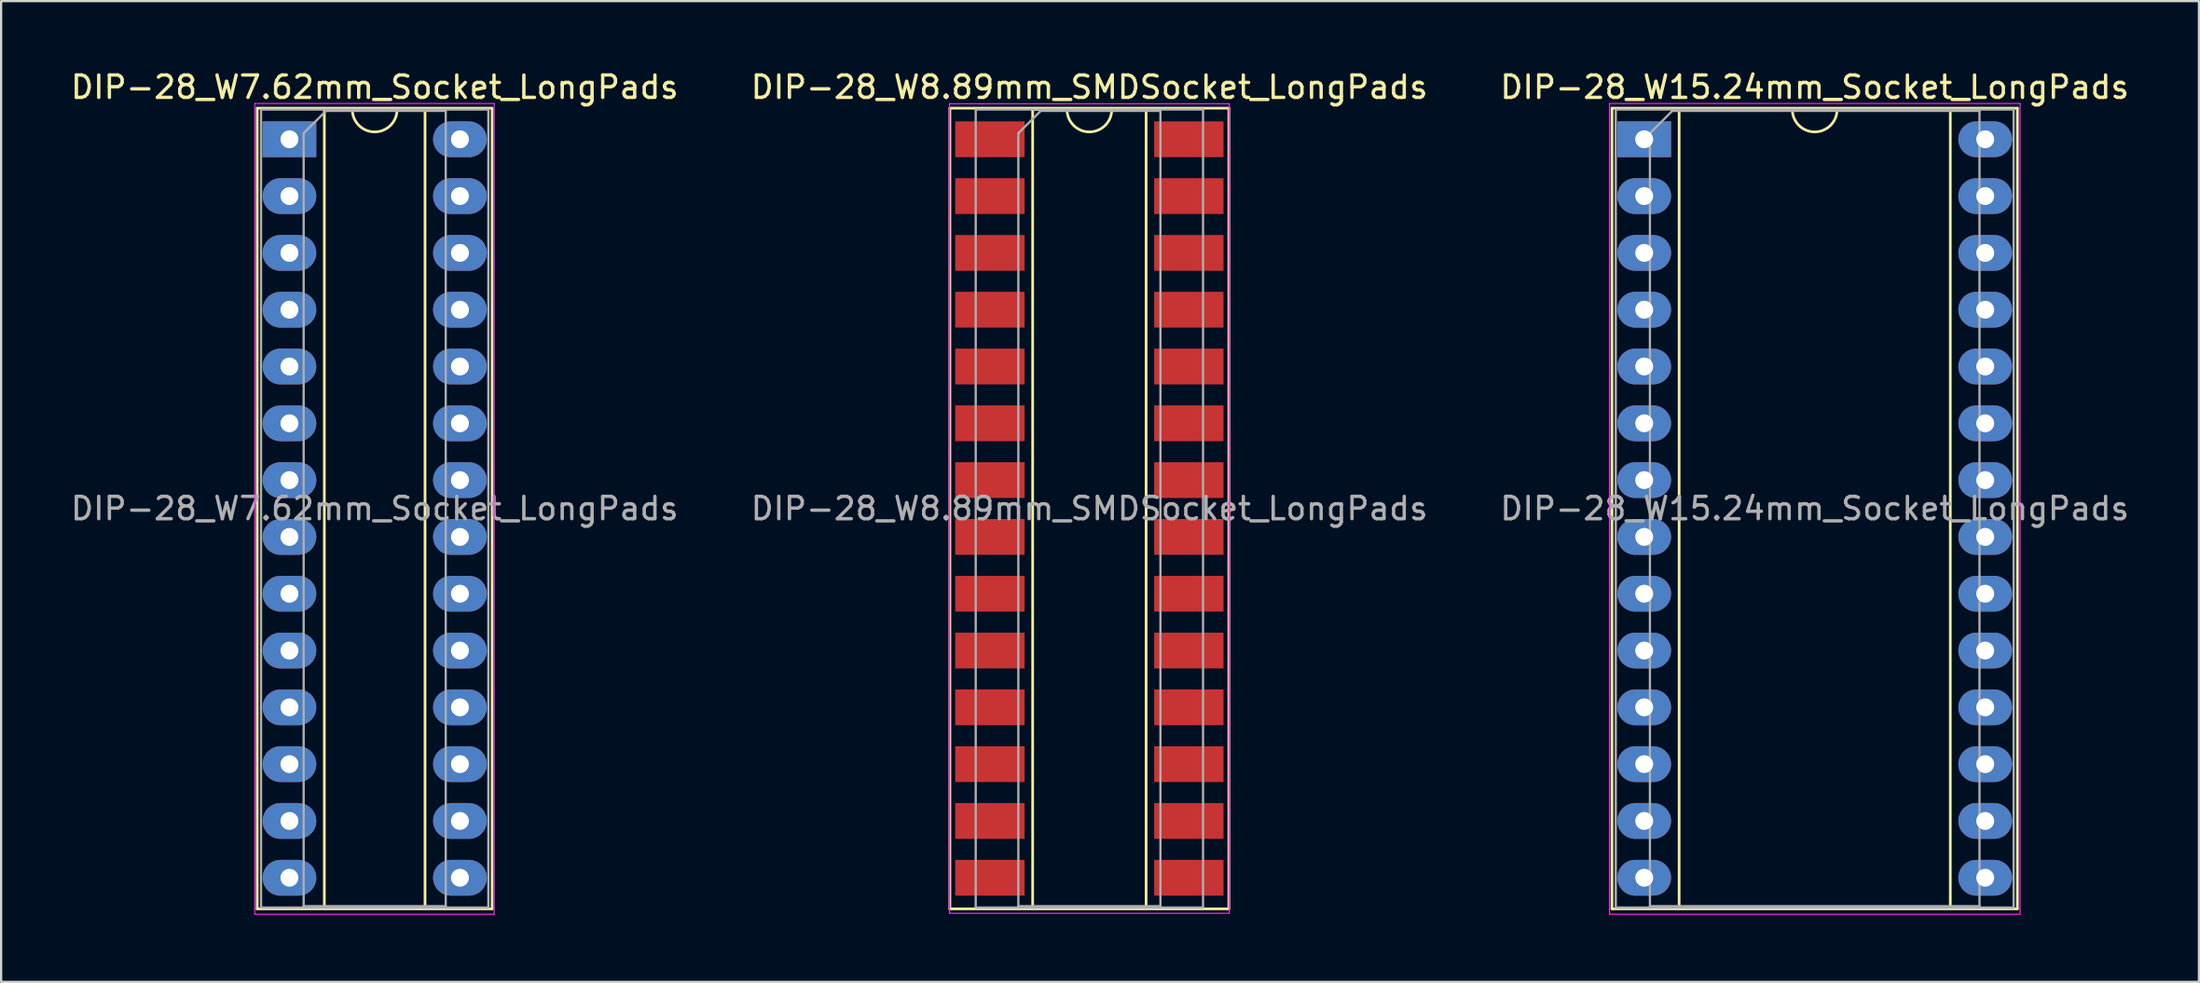
<source format=kicad_pcb>
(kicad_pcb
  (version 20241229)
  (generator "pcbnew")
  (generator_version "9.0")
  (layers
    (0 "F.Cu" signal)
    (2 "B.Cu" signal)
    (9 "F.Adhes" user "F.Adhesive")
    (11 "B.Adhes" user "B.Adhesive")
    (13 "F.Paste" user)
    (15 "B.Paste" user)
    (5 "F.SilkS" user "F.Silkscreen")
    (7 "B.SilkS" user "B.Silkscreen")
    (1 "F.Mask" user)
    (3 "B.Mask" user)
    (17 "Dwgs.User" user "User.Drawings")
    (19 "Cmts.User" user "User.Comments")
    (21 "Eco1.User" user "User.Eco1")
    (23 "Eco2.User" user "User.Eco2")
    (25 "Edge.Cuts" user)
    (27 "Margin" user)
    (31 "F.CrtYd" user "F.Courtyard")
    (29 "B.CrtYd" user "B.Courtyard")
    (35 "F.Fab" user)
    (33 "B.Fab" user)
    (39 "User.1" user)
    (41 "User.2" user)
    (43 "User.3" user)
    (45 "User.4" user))
  (footprint "DIP-28_W15.24mm_Socket_LongPads"
    (layer "F.Cu")
    (at 70.434 3.178)
    (property "Reference" "DIP-28_W15.24mm_Socket_LongPads" (at 7.62 -2.33 0) (layer "F.SilkS") (effects (font (size 1 1) (thickness 0.15))))
    (attr through_hole)
    (fp_line (start -1.44 -1.39) (end -1.44 34.41) (stroke (width 0.12) (type solid)) (layer "F.SilkS"))
    (fp_line (start -1.44 34.41) (end 16.68 34.41) (stroke (width 0.12) (type solid)) (layer "F.SilkS"))
    (fp_line (start 1.56 -1.33) (end 1.56 34.35) (stroke (width 0.12) (type solid)) (layer "F.SilkS"))
    (fp_line (start 1.56 34.35) (end 13.68 34.35) (stroke (width 0.12) (type solid)) (layer "F.SilkS"))
    (fp_line (start 6.62 -1.33) (end 1.56 -1.33) (stroke (width 0.12) (type solid)) (layer "F.SilkS"))
    (fp_line (start 13.68 -1.33) (end 8.62 -1.33) (stroke (width 0.12) (type solid)) (layer "F.SilkS"))
    (fp_line (start 13.68 34.35) (end 13.68 -1.33) (stroke (width 0.12) (type solid)) (layer "F.SilkS"))
    (fp_line (start 16.68 -1.39) (end -1.44 -1.39) (stroke (width 0.12) (type solid)) (layer "F.SilkS"))
    (fp_line (start 16.68 34.41) (end 16.68 -1.39) (stroke (width 0.12) (type solid)) (layer "F.SilkS"))
    (fp_arc (start 8.62 -1.33) (mid 7.62 -0.33) (end 6.62 -1.33) (stroke (width 0.12) (type solid)) (layer "F.SilkS"))
    (fp_line (start -1.55 -1.6) (end -1.55 34.65) (stroke (width 0.05) (type solid)) (layer "F.CrtYd"))
    (fp_line (start -1.55 34.65) (end 16.8 34.65) (stroke (width 0.05) (type solid)) (layer "F.CrtYd"))
    (fp_line (start 16.8 -1.6) (end -1.55 -1.6) (stroke (width 0.05) (type solid)) (layer "F.CrtYd"))
    (fp_line (start 16.8 34.65) (end 16.8 -1.6) (stroke (width 0.05) (type solid)) (layer "F.CrtYd"))
    (fp_line (start -1.27 -1.33) (end -1.27 34.35) (stroke (width 0.1) (type solid)) (layer "F.Fab"))
    (fp_line (start -1.27 34.35) (end 16.51 34.35) (stroke (width 0.1) (type solid)) (layer "F.Fab"))
    (fp_line (start 0.255 -0.27) (end 1.255 -1.27) (stroke (width 0.1) (type solid)) (layer "F.Fab"))
    (fp_line (start 0.255 34.29) (end 0.255 -0.27) (stroke (width 0.1) (type solid)) (layer "F.Fab"))
    (fp_line (start 1.255 -1.27) (end 14.985 -1.27) (stroke (width 0.1) (type solid)) (layer "F.Fab"))
    (fp_line (start 14.985 -1.27) (end 14.985 34.29) (stroke (width 0.1) (type solid)) (layer "F.Fab"))
    (fp_line (start 14.985 34.29) (end 0.255 34.29) (stroke (width 0.1) (type solid)) (layer "F.Fab"))
    (fp_line (start 16.51 -1.33) (end -1.27 -1.33) (stroke (width 0.1) (type solid)) (layer "F.Fab"))
    (fp_line (start 16.51 34.35) (end 16.51 -1.33) (stroke (width 0.1) (type solid)) (layer "F.Fab"))
    (fp_text user "${REFERENCE}" (at 7.62 16.51 0) (layer "F.Fab") (effects (font (size 1 1) (thickness 0.15))))
    (pad "1" thru_hole rect (at 0 0) (size 2.4 1.6) (drill 0.8) (layers "*.Cu" "*.Mask"))
    (pad "2" thru_hole oval (at 0 2.54) (size 2.4 1.6) (drill 0.8) (layers "*.Cu" "*.Mask"))
    (pad "3" thru_hole oval (at 0 5.08) (size 2.4 1.6) (drill 0.8) (layers "*.Cu" "*.Mask"))
    (pad "4" thru_hole oval (at 0 7.62) (size 2.4 1.6) (drill 0.8) (layers "*.Cu" "*.Mask"))
    (pad "5" thru_hole oval (at 0 10.16) (size 2.4 1.6) (drill 0.8) (layers "*.Cu" "*.Mask"))
    (pad "6" thru_hole oval (at 0 12.7) (size 2.4 1.6) (drill 0.8) (layers "*.Cu" "*.Mask"))
    (pad "7" thru_hole oval (at 0 15.24) (size 2.4 1.6) (drill 0.8) (layers "*.Cu" "*.Mask"))
    (pad "8" thru_hole oval (at 0 17.78) (size 2.4 1.6) (drill 0.8) (layers "*.Cu" "*.Mask"))
    (pad "9" thru_hole oval (at 0 20.32) (size 2.4 1.6) (drill 0.8) (layers "*.Cu" "*.Mask"))
    (pad "10" thru_hole oval (at 0 22.86) (size 2.4 1.6) (drill 0.8) (layers "*.Cu" "*.Mask"))
    (pad "11" thru_hole oval (at 0 25.4) (size 2.4 1.6) (drill 0.8) (layers "*.Cu" "*.Mask"))
    (pad "12" thru_hole oval (at 0 27.94) (size 2.4 1.6) (drill 0.8) (layers "*.Cu" "*.Mask"))
    (pad "13" thru_hole oval (at 0 30.48) (size 2.4 1.6) (drill 0.8) (layers "*.Cu" "*.Mask"))
    (pad "14" thru_hole oval (at 0 33.02) (size 2.4 1.6) (drill 0.8) (layers "*.Cu" "*.Mask"))
    (pad "15" thru_hole oval (at 15.24 33.02) (size 2.4 1.6) (drill 0.8) (layers "*.Cu" "*.Mask"))
    (pad "16" thru_hole oval (at 15.24 30.48) (size 2.4 1.6) (drill 0.8) (layers "*.Cu" "*.Mask"))
    (pad "17" thru_hole oval (at 15.24 27.94) (size 2.4 1.6) (drill 0.8) (layers "*.Cu" "*.Mask"))
    (pad "18" thru_hole oval (at 15.24 25.4) (size 2.4 1.6) (drill 0.8) (layers "*.Cu" "*.Mask"))
    (pad "19" thru_hole oval (at 15.24 22.86) (size 2.4 1.6) (drill 0.8) (layers "*.Cu" "*.Mask"))
    (pad "20" thru_hole oval (at 15.24 20.32) (size 2.4 1.6) (drill 0.8) (layers "*.Cu" "*.Mask"))
    (pad "21" thru_hole oval (at 15.24 17.78) (size 2.4 1.6) (drill 0.8) (layers "*.Cu" "*.Mask"))
    (pad "22" thru_hole oval (at 15.24 15.24) (size 2.4 1.6) (drill 0.8) (layers "*.Cu" "*.Mask"))
    (pad "23" thru_hole oval (at 15.24 12.7) (size 2.4 1.6) (drill 0.8) (layers "*.Cu" "*.Mask"))
    (pad "24" thru_hole oval (at 15.24 10.16) (size 2.4 1.6) (drill 0.8) (layers "*.Cu" "*.Mask"))
    (pad "25" thru_hole oval (at 15.24 7.62) (size 2.4 1.6) (drill 0.8) (layers "*.Cu" "*.Mask"))
    (pad "26" thru_hole oval (at 15.24 5.08) (size 2.4 1.6) (drill 0.8) (layers "*.Cu" "*.Mask"))
    (pad "27" thru_hole oval (at 15.24 2.54) (size 2.4 1.6) (drill 0.8) (layers "*.Cu" "*.Mask"))
    (pad "28" thru_hole oval (at 15.24 0) (size 2.4 1.6) (drill 0.8) (layers "*.Cu" "*.Mask")))
  (footprint "DIP-28_W8.89mm_SMDSocket_LongPads"
    (layer "F.Cu")
    (at 45.637 19.688)
    (property "Reference" "DIP-28_W8.89mm_SMDSocket_LongPads" (at 0 -18.84 0) (layer "F.SilkS") (effects (font (size 1 1) (thickness 0.15))))
    (attr smd)
    (fp_line (start -6.235 -17.9) (end -6.235 17.9) (stroke (width 0.12) (type solid)) (layer "F.SilkS"))
    (fp_line (start -6.235 17.9) (end 6.235 17.9) (stroke (width 0.12) (type solid)) (layer "F.SilkS"))
    (fp_line (start -2.535 -17.84) (end -2.535 17.84) (stroke (width 0.12) (type solid)) (layer "F.SilkS"))
    (fp_line (start -2.535 17.84) (end 2.535 17.84) (stroke (width 0.12) (type solid)) (layer "F.SilkS"))
    (fp_line (start -1 -17.84) (end -2.535 -17.84) (stroke (width 0.12) (type solid)) (layer "F.SilkS"))
    (fp_line (start 2.535 -17.84) (end 1 -17.84) (stroke (width 0.12) (type solid)) (layer "F.SilkS"))
    (fp_line (start 2.535 17.84) (end 2.535 -17.84) (stroke (width 0.12) (type solid)) (layer "F.SilkS"))
    (fp_line (start 6.235 -17.9) (end -6.235 -17.9) (stroke (width 0.12) (type solid)) (layer "F.SilkS"))
    (fp_line (start 6.235 17.9) (end 6.235 -17.9) (stroke (width 0.12) (type solid)) (layer "F.SilkS"))
    (fp_arc (start 1 -17.84) (mid 0 -16.84) (end -1 -17.84) (stroke (width 0.12) (type solid)) (layer "F.SilkS"))
    (fp_line (start -6.25 -18.1) (end -6.25 18.1) (stroke (width 0.05) (type solid)) (layer "F.CrtYd"))
    (fp_line (start -6.25 18.1) (end 6.25 18.1) (stroke (width 0.05) (type solid)) (layer "F.CrtYd"))
    (fp_line (start 6.25 -18.1) (end -6.25 -18.1) (stroke (width 0.05) (type solid)) (layer "F.CrtYd"))
    (fp_line (start 6.25 18.1) (end 6.25 -18.1) (stroke (width 0.05) (type solid)) (layer "F.CrtYd"))
    (fp_line (start -5.08 -17.84) (end -5.08 17.84) (stroke (width 0.1) (type solid)) (layer "F.Fab"))
    (fp_line (start -5.08 17.84) (end 5.08 17.84) (stroke (width 0.1) (type solid)) (layer "F.Fab"))
    (fp_line (start -3.175 -16.78) (end -2.175 -17.78) (stroke (width 0.1) (type solid)) (layer "F.Fab"))
    (fp_line (start -3.175 17.78) (end -3.175 -16.78) (stroke (width 0.1) (type solid)) (layer "F.Fab"))
    (fp_line (start -2.175 -17.78) (end 3.175 -17.78) (stroke (width 0.1) (type solid)) (layer "F.Fab"))
    (fp_line (start 3.175 -17.78) (end 3.175 17.78) (stroke (width 0.1) (type solid)) (layer "F.Fab"))
    (fp_line (start 3.175 17.78) (end -3.175 17.78) (stroke (width 0.1) (type solid)) (layer "F.Fab"))
    (fp_line (start 5.08 -17.84) (end -5.08 -17.84) (stroke (width 0.1) (type solid)) (layer "F.Fab"))
    (fp_line (start 5.08 17.84) (end 5.08 -17.84) (stroke (width 0.1) (type solid)) (layer "F.Fab"))
    (fp_text user "${REFERENCE}" (at 0 0 0) (layer "F.Fab") (effects (font (size 1 1) (thickness 0.15))))
    (pad "1" smd rect (at -4.445 -16.51) (size 3.1 1.6) (layers "F.Cu" "F.Mask" "F.Paste"))
    (pad "2" smd rect (at -4.445 -13.97) (size 3.1 1.6) (layers "F.Cu" "F.Mask" "F.Paste"))
    (pad "3" smd rect (at -4.445 -11.43) (size 3.1 1.6) (layers "F.Cu" "F.Mask" "F.Paste"))
    (pad "4" smd rect (at -4.445 -8.89) (size 3.1 1.6) (layers "F.Cu" "F.Mask" "F.Paste"))
    (pad "5" smd rect (at -4.445 -6.35) (size 3.1 1.6) (layers "F.Cu" "F.Mask" "F.Paste"))
    (pad "6" smd rect (at -4.445 -3.81) (size 3.1 1.6) (layers "F.Cu" "F.Mask" "F.Paste"))
    (pad "7" smd rect (at -4.445 -1.27) (size 3.1 1.6) (layers "F.Cu" "F.Mask" "F.Paste"))
    (pad "8" smd rect (at -4.445 1.27) (size 3.1 1.6) (layers "F.Cu" "F.Mask" "F.Paste"))
    (pad "9" smd rect (at -4.445 3.81) (size 3.1 1.6) (layers "F.Cu" "F.Mask" "F.Paste"))
    (pad "10" smd rect (at -4.445 6.35) (size 3.1 1.6) (layers "F.Cu" "F.Mask" "F.Paste"))
    (pad "11" smd rect (at -4.445 8.89) (size 3.1 1.6) (layers "F.Cu" "F.Mask" "F.Paste"))
    (pad "12" smd rect (at -4.445 11.43) (size 3.1 1.6) (layers "F.Cu" "F.Mask" "F.Paste"))
    (pad "13" smd rect (at -4.445 13.97) (size 3.1 1.6) (layers "F.Cu" "F.Mask" "F.Paste"))
    (pad "14" smd rect (at -4.445 16.51) (size 3.1 1.6) (layers "F.Cu" "F.Mask" "F.Paste"))
    (pad "15" smd rect (at 4.445 16.51) (size 3.1 1.6) (layers "F.Cu" "F.Mask" "F.Paste"))
    (pad "16" smd rect (at 4.445 13.97) (size 3.1 1.6) (layers "F.Cu" "F.Mask" "F.Paste"))
    (pad "17" smd rect (at 4.445 11.43) (size 3.1 1.6) (layers "F.Cu" "F.Mask" "F.Paste"))
    (pad "18" smd rect (at 4.445 8.89) (size 3.1 1.6) (layers "F.Cu" "F.Mask" "F.Paste"))
    (pad "19" smd rect (at 4.445 6.35) (size 3.1 1.6) (layers "F.Cu" "F.Mask" "F.Paste"))
    (pad "20" smd rect (at 4.445 3.81) (size 3.1 1.6) (layers "F.Cu" "F.Mask" "F.Paste"))
    (pad "21" smd rect (at 4.445 1.27) (size 3.1 1.6) (layers "F.Cu" "F.Mask" "F.Paste"))
    (pad "22" smd rect (at 4.445 -1.27) (size 3.1 1.6) (layers "F.Cu" "F.Mask" "F.Paste"))
    (pad "23" smd rect (at 4.445 -3.81) (size 3.1 1.6) (layers "F.Cu" "F.Mask" "F.Paste"))
    (pad "24" smd rect (at 4.445 -6.35) (size 3.1 1.6) (layers "F.Cu" "F.Mask" "F.Paste"))
    (pad "25" smd rect (at 4.445 -8.89) (size 3.1 1.6) (layers "F.Cu" "F.Mask" "F.Paste"))
    (pad "26" smd rect (at 4.445 -11.43) (size 3.1 1.6) (layers "F.Cu" "F.Mask" "F.Paste"))
    (pad "27" smd rect (at 4.445 -13.97) (size 3.1 1.6) (layers "F.Cu" "F.Mask" "F.Paste"))
    (pad "28" smd rect (at 4.445 -16.51) (size 3.1 1.6) (layers "F.Cu" "F.Mask" "F.Paste")))
  (footprint "DIP-28_W7.62mm_Socket_LongPads"
    (layer "F.Cu")
    (at 9.886 3.178)
    (property "Reference" "DIP-28_W7.62mm_Socket_LongPads" (at 3.81 -2.33 0) (layer "F.SilkS") (effects (font (size 1 1) (thickness 0.15))))
    (attr through_hole)
    (fp_line (start -1.44 -1.39) (end -1.44 34.41) (stroke (width 0.12) (type solid)) (layer "F.SilkS"))
    (fp_line (start -1.44 34.41) (end 9.06 34.41) (stroke (width 0.12) (type solid)) (layer "F.SilkS"))
    (fp_line (start 1.56 -1.33) (end 1.56 34.35) (stroke (width 0.12) (type solid)) (layer "F.SilkS"))
    (fp_line (start 1.56 34.35) (end 6.06 34.35) (stroke (width 0.12) (type solid)) (layer "F.SilkS"))
    (fp_line (start 2.81 -1.33) (end 1.56 -1.33) (stroke (width 0.12) (type solid)) (layer "F.SilkS"))
    (fp_line (start 6.06 -1.33) (end 4.81 -1.33) (stroke (width 0.12) (type solid)) (layer "F.SilkS"))
    (fp_line (start 6.06 34.35) (end 6.06 -1.33) (stroke (width 0.12) (type solid)) (layer "F.SilkS"))
    (fp_line (start 9.06 -1.39) (end -1.44 -1.39) (stroke (width 0.12) (type solid)) (layer "F.SilkS"))
    (fp_line (start 9.06 34.41) (end 9.06 -1.39) (stroke (width 0.12) (type solid)) (layer "F.SilkS"))
    (fp_arc (start 4.81 -1.33) (mid 3.81 -0.33) (end 2.81 -1.33) (stroke (width 0.12) (type solid)) (layer "F.SilkS"))
    (fp_line (start -1.55 -1.6) (end -1.55 34.65) (stroke (width 0.05) (type solid)) (layer "F.CrtYd"))
    (fp_line (start -1.55 34.65) (end 9.15 34.65) (stroke (width 0.05) (type solid)) (layer "F.CrtYd"))
    (fp_line (start 9.15 -1.6) (end -1.55 -1.6) (stroke (width 0.05) (type solid)) (layer "F.CrtYd"))
    (fp_line (start 9.15 34.65) (end 9.15 -1.6) (stroke (width 0.05) (type solid)) (layer "F.CrtYd"))
    (fp_line (start -1.27 -1.33) (end -1.27 34.35) (stroke (width 0.1) (type solid)) (layer "F.Fab"))
    (fp_line (start -1.27 34.35) (end 8.89 34.35) (stroke (width 0.1) (type solid)) (layer "F.Fab"))
    (fp_line (start 0.635 -0.27) (end 1.635 -1.27) (stroke (width 0.1) (type solid)) (layer "F.Fab"))
    (fp_line (start 0.635 34.29) (end 0.635 -0.27) (stroke (width 0.1) (type solid)) (layer "F.Fab"))
    (fp_line (start 1.635 -1.27) (end 6.985 -1.27) (stroke (width 0.1) (type solid)) (layer "F.Fab"))
    (fp_line (start 6.985 -1.27) (end 6.985 34.29) (stroke (width 0.1) (type solid)) (layer "F.Fab"))
    (fp_line (start 6.985 34.29) (end 0.635 34.29) (stroke (width 0.1) (type solid)) (layer "F.Fab"))
    (fp_line (start 8.89 -1.33) (end -1.27 -1.33) (stroke (width 0.1) (type solid)) (layer "F.Fab"))
    (fp_line (start 8.89 34.35) (end 8.89 -1.33) (stroke (width 0.1) (type solid)) (layer "F.Fab"))
    (fp_text user "${REFERENCE}" (at 3.81 16.51 0) (layer "F.Fab") (effects (font (size 1 1) (thickness 0.15))))
    (pad "1" thru_hole rect (at 0 0) (size 2.4 1.6) (drill 0.8) (layers "*.Cu" "*.Mask"))
    (pad "2" thru_hole oval (at 0 2.54) (size 2.4 1.6) (drill 0.8) (layers "*.Cu" "*.Mask"))
    (pad "3" thru_hole oval (at 0 5.08) (size 2.4 1.6) (drill 0.8) (layers "*.Cu" "*.Mask"))
    (pad "4" thru_hole oval (at 0 7.62) (size 2.4 1.6) (drill 0.8) (layers "*.Cu" "*.Mask"))
    (pad "5" thru_hole oval (at 0 10.16) (size 2.4 1.6) (drill 0.8) (layers "*.Cu" "*.Mask"))
    (pad "6" thru_hole oval (at 0 12.7) (size 2.4 1.6) (drill 0.8) (layers "*.Cu" "*.Mask"))
    (pad "7" thru_hole oval (at 0 15.24) (size 2.4 1.6) (drill 0.8) (layers "*.Cu" "*.Mask"))
    (pad "8" thru_hole oval (at 0 17.78) (size 2.4 1.6) (drill 0.8) (layers "*.Cu" "*.Mask"))
    (pad "9" thru_hole oval (at 0 20.32) (size 2.4 1.6) (drill 0.8) (layers "*.Cu" "*.Mask"))
    (pad "10" thru_hole oval (at 0 22.86) (size 2.4 1.6) (drill 0.8) (layers "*.Cu" "*.Mask"))
    (pad "11" thru_hole oval (at 0 25.4) (size 2.4 1.6) (drill 0.8) (layers "*.Cu" "*.Mask"))
    (pad "12" thru_hole oval (at 0 27.94) (size 2.4 1.6) (drill 0.8) (layers "*.Cu" "*.Mask"))
    (pad "13" thru_hole oval (at 0 30.48) (size 2.4 1.6) (drill 0.8) (layers "*.Cu" "*.Mask"))
    (pad "14" thru_hole oval (at 0 33.02) (size 2.4 1.6) (drill 0.8) (layers "*.Cu" "*.Mask"))
    (pad "15" thru_hole oval (at 7.62 33.02) (size 2.4 1.6) (drill 0.8) (layers "*.Cu" "*.Mask"))
    (pad "16" thru_hole oval (at 7.62 30.48) (size 2.4 1.6) (drill 0.8) (layers "*.Cu" "*.Mask"))
    (pad "17" thru_hole oval (at 7.62 27.94) (size 2.4 1.6) (drill 0.8) (layers "*.Cu" "*.Mask"))
    (pad "18" thru_hole oval (at 7.62 25.4) (size 2.4 1.6) (drill 0.8) (layers "*.Cu" "*.Mask"))
    (pad "19" thru_hole oval (at 7.62 22.86) (size 2.4 1.6) (drill 0.8) (layers "*.Cu" "*.Mask"))
    (pad "20" thru_hole oval (at 7.62 20.32) (size 2.4 1.6) (drill 0.8) (layers "*.Cu" "*.Mask"))
    (pad "21" thru_hole oval (at 7.62 17.78) (size 2.4 1.6) (drill 0.8) (layers "*.Cu" "*.Mask"))
    (pad "22" thru_hole oval (at 7.62 15.24) (size 2.4 1.6) (drill 0.8) (layers "*.Cu" "*.Mask"))
    (pad "23" thru_hole oval (at 7.62 12.7) (size 2.4 1.6) (drill 0.8) (layers "*.Cu" "*.Mask"))
    (pad "24" thru_hole oval (at 7.62 10.16) (size 2.4 1.6) (drill 0.8) (layers "*.Cu" "*.Mask"))
    (pad "25" thru_hole oval (at 7.62 7.62) (size 2.4 1.6) (drill 0.8) (layers "*.Cu" "*.Mask"))
    (pad "26" thru_hole oval (at 7.62 5.08) (size 2.4 1.6) (drill 0.8) (layers "*.Cu" "*.Mask"))
    (pad "27" thru_hole oval (at 7.62 2.54) (size 2.4 1.6) (drill 0.8) (layers "*.Cu" "*.Mask"))
    (pad "28" thru_hole oval (at 7.62 0) (size 2.4 1.6) (drill 0.8) (layers "*.Cu" "*.Mask")))
  (gr_rect
    (start -3 -3)
    (end 95.226 40.853)
    (stroke (width 0.1) (type default))
    (fill no)
    (layer "Edge.Cuts")))
</source>
